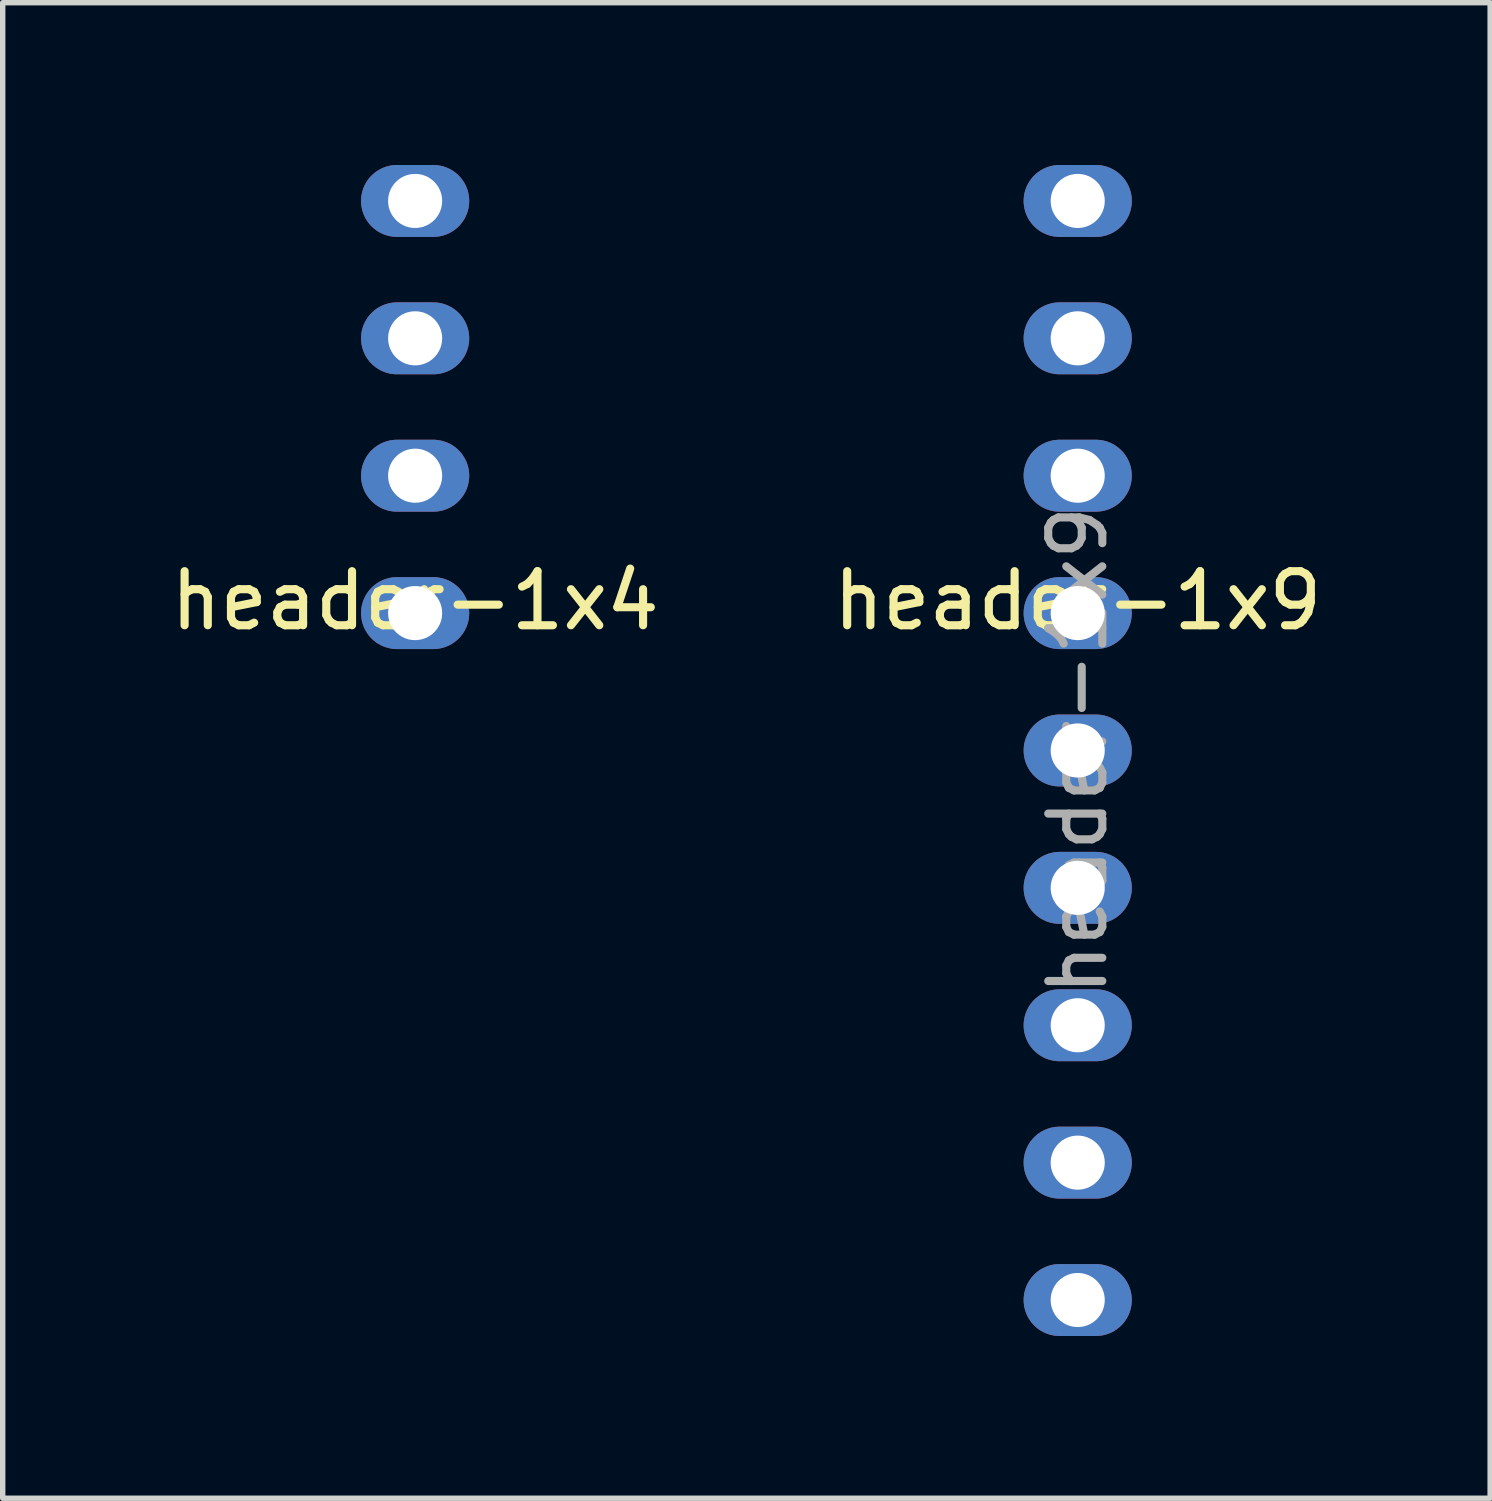
<source format=kicad_pcb>
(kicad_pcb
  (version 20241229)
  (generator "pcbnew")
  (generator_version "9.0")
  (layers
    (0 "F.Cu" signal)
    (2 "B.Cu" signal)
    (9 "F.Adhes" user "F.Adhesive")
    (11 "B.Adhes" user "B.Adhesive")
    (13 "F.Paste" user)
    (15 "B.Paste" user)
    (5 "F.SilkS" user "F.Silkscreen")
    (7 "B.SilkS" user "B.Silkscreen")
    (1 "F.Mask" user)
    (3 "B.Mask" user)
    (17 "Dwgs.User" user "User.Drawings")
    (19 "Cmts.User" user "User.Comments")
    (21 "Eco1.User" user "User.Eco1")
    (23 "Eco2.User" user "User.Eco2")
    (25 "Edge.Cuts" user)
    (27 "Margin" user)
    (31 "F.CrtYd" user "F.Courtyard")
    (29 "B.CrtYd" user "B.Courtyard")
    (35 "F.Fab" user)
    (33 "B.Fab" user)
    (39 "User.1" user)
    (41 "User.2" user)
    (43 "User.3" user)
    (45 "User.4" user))
  (footprint "header-1x9"
    (layer "F.Cu")
    (at 16.875 10.825)
    (property "Reference" "header-1x9" (at 0 -2.77 0) (layer "F.SilkS") (effects (font (size 1 1) (thickness 0.15))))
    (attr through_hole)
    (fp_text user "${REFERENCE}" (at 0 0 90) (layer "F.Fab") (effects (font (size 1 1) (thickness 0.15))))
    (pad "1" thru_hole oval (at 0 -10.16) (size 2 1.33) (drill 1) (layers "*.Cu" "*.Mask"))
    (pad "2" thru_hole oval (at 0 -7.62) (size 2 1.33) (drill 1) (layers "*.Cu" "*.Mask"))
    (pad "3" thru_hole oval (at 0 -5.08) (size 2 1.33) (drill 1) (layers "*.Cu" "*.Mask"))
    (pad "4" thru_hole oval (at 0 -2.54) (size 2 1.33) (drill 1) (layers "*.Cu" "*.Mask"))
    (pad "5" thru_hole oval (at 0 0) (size 2 1.33) (drill 1) (layers "*.Cu" "*.Mask"))
    (pad "6" thru_hole oval (at 0 2.54) (size 2 1.33) (drill 1) (layers "*.Cu" "*.Mask"))
    (pad "7" thru_hole oval (at 0 5.08) (size 2 1.33) (drill 1) (layers "*.Cu" "*.Mask"))
    (pad "8" thru_hole oval (at 0 7.62) (size 2 1.33) (drill 1) (layers "*.Cu" "*.Mask"))
    (pad "9" thru_hole oval (at 0 10.16) (size 2 1.33) (drill 1) (layers "*.Cu" "*.Mask")))
  (footprint "header-1x4"
    (layer "F.Cu")
    (at 4.625 4.475)
    (property "Reference" "header-1x4" (at 0 3.58 0) (layer "F.SilkS") (effects (font (size 1 1) (thickness 0.15))))
    (attr through_hole)
    (pad "1" thru_hole oval (at 0 -3.81) (size 2 1.33) (drill 1) (layers "*.Cu" "*.Mask"))
    (pad "2" thru_hole oval (at 0 -1.27) (size 2 1.33) (drill 1) (layers "*.Cu" "*.Mask"))
    (pad "3" thru_hole oval (at 0 1.27) (size 2 1.33) (drill 1) (layers "*.Cu" "*.Mask"))
    (pad "4" thru_hole oval (at 0 3.81) (size 2 1.33) (drill 1) (layers "*.Cu" "*.Mask")))
  (gr_rect
    (start -3 -3)
    (end 24.5 24.65)
    (stroke (width 0.1) (type default))
    (fill no)
    (layer "Edge.Cuts")))
</source>
